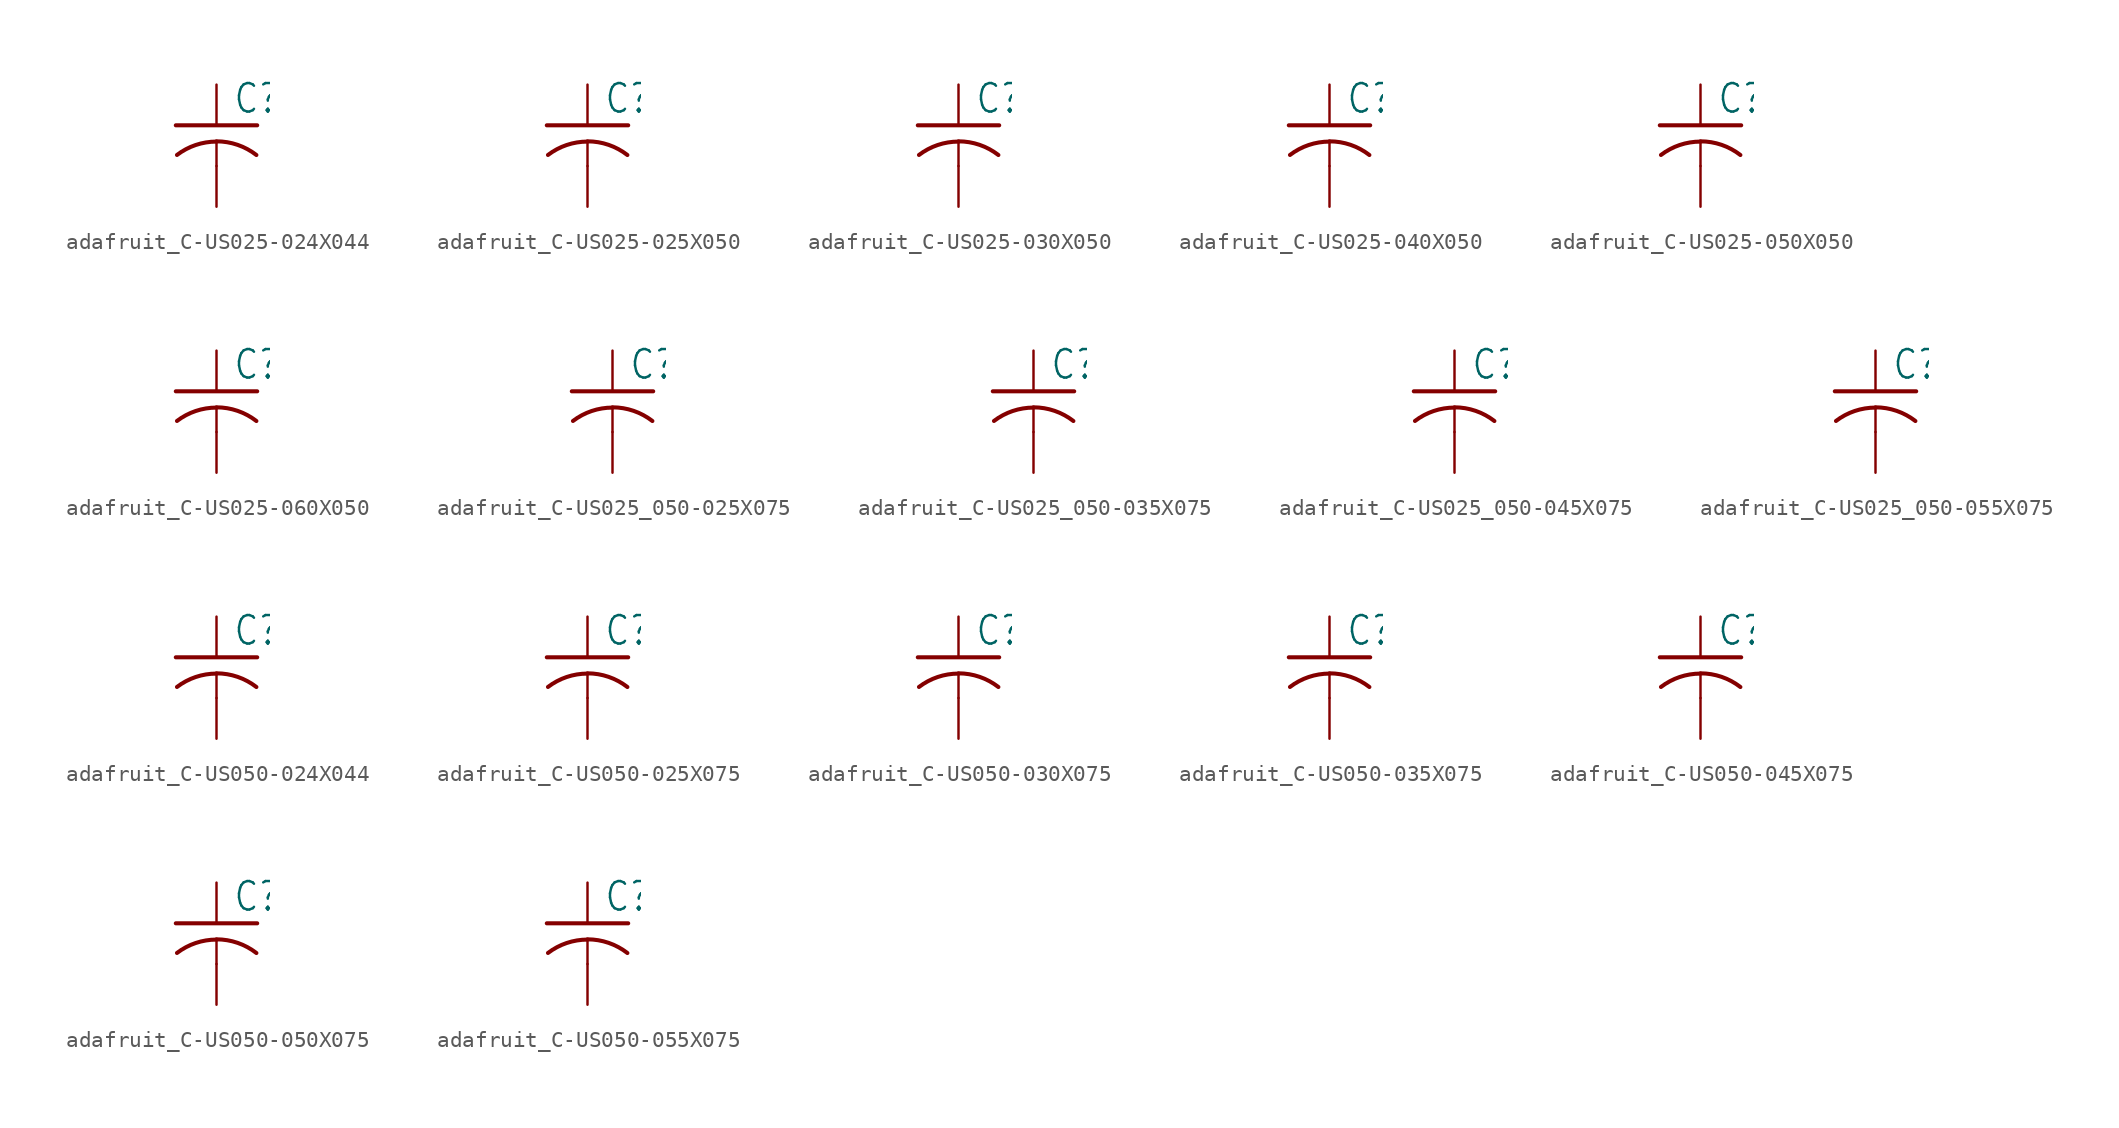
<source format=kicad_sym>
(kicad_symbol_lib
  (version 20220914)
  (generator kicad_symbol_editor)
  (symbol "adafruit_C-US025-024X044"
    (property "Reference" "C"
      (at 1.016 0.635 0)
      (effects (font (size 1.778 1.511)) (justify left bottom)))
    (property "Value" ""
      (at 1.016 -4.191 0)
      (effects (font (size 1.778 1.511)) (justify left bottom)))
    (property "ki_locked" ""
      (at 0 0 0)
      (effects (font (size 1.27 1.27))))
    (symbol "adafruit_C-US025-024X044_1_0"
      (arc (start 0 -1.0161) (mid -1.302 -1.2303) (end -2.4668 -1.8504) (stroke (width 0.254) (type solid)) (fill (type none)))
      (polyline (pts (xy -2.54 0) (xy 2.54 0)) (stroke (width 0.254) (type solid)) (fill (type none)))
      (polyline (pts (xy 0 -1.016) (xy 0 -2.54)) (stroke (width 0.152) (type solid)) (fill (type none)))
      (arc (start 2.4892 -1.8541) (mid 1.3158 -1.2194) (end 0 -1) (stroke (width 0.254) (type solid)) (fill (type none)))
      (pin passive line (at 0 2.54 270) (length 2.54) (name "1" (effects (font (size 0 0)))) (number "1" (effects (font (size 0 0)))))
      (pin passive line (at 0 -5.08 90) (length 2.54) (name "2" (effects (font (size 0 0)))) (number "2" (effects (font (size 0 0)))))))
  (symbol "adafruit_C-US025-025X050"
    (property "Reference" "C"
      (at 1.016 0.635 0)
      (effects (font (size 1.778 1.511)) (justify left bottom)))
    (property "Value" ""
      (at 1.016 -4.191 0)
      (effects (font (size 1.778 1.511)) (justify left bottom)))
    (property "ki_locked" ""
      (at 0 0 0)
      (effects (font (size 1.27 1.27))))
    (symbol "adafruit_C-US025-025X050_1_0"
      (arc (start 0 -1.0161) (mid -1.302 -1.2303) (end -2.4668 -1.8504) (stroke (width 0.254) (type solid)) (fill (type none)))
      (polyline (pts (xy -2.54 0) (xy 2.54 0)) (stroke (width 0.254) (type solid)) (fill (type none)))
      (polyline (pts (xy 0 -1.016) (xy 0 -2.54)) (stroke (width 0.152) (type solid)) (fill (type none)))
      (arc (start 2.4892 -1.8541) (mid 1.3158 -1.2194) (end 0 -1) (stroke (width 0.254) (type solid)) (fill (type none)))
      (pin passive line (at 0 2.54 270) (length 2.54) (name "1" (effects (font (size 0 0)))) (number "1" (effects (font (size 0 0)))))
      (pin passive line (at 0 -5.08 90) (length 2.54) (name "2" (effects (font (size 0 0)))) (number "2" (effects (font (size 0 0)))))))
  (symbol "adafruit_C-US025-030X050"
    (property "Reference" "C"
      (at 1.016 0.635 0)
      (effects (font (size 1.778 1.511)) (justify left bottom)))
    (property "Value" ""
      (at 1.016 -4.191 0)
      (effects (font (size 1.778 1.511)) (justify left bottom)))
    (property "ki_locked" ""
      (at 0 0 0)
      (effects (font (size 1.27 1.27))))
    (symbol "adafruit_C-US025-030X050_1_0"
      (arc (start 0 -1.0161) (mid -1.302 -1.2303) (end -2.4668 -1.8504) (stroke (width 0.254) (type solid)) (fill (type none)))
      (polyline (pts (xy -2.54 0) (xy 2.54 0)) (stroke (width 0.254) (type solid)) (fill (type none)))
      (polyline (pts (xy 0 -1.016) (xy 0 -2.54)) (stroke (width 0.152) (type solid)) (fill (type none)))
      (arc (start 2.4892 -1.8541) (mid 1.3158 -1.2194) (end 0 -1) (stroke (width 0.254) (type solid)) (fill (type none)))
      (pin passive line (at 0 2.54 270) (length 2.54) (name "1" (effects (font (size 0 0)))) (number "1" (effects (font (size 0 0)))))
      (pin passive line (at 0 -5.08 90) (length 2.54) (name "2" (effects (font (size 0 0)))) (number "2" (effects (font (size 0 0)))))))
  (symbol "adafruit_C-US025-040X050"
    (property "Reference" "C"
      (at 1.016 0.635 0)
      (effects (font (size 1.778 1.511)) (justify left bottom)))
    (property "Value" ""
      (at 1.016 -4.191 0)
      (effects (font (size 1.778 1.511)) (justify left bottom)))
    (property "ki_locked" ""
      (at 0 0 0)
      (effects (font (size 1.27 1.27))))
    (symbol "adafruit_C-US025-040X050_1_0"
      (arc (start 0 -1.0161) (mid -1.302 -1.2303) (end -2.4668 -1.8504) (stroke (width 0.254) (type solid)) (fill (type none)))
      (polyline (pts (xy -2.54 0) (xy 2.54 0)) (stroke (width 0.254) (type solid)) (fill (type none)))
      (polyline (pts (xy 0 -1.016) (xy 0 -2.54)) (stroke (width 0.152) (type solid)) (fill (type none)))
      (arc (start 2.4892 -1.8541) (mid 1.3158 -1.2194) (end 0 -1) (stroke (width 0.254) (type solid)) (fill (type none)))
      (pin passive line (at 0 2.54 270) (length 2.54) (name "1" (effects (font (size 0 0)))) (number "1" (effects (font (size 0 0)))))
      (pin passive line (at 0 -5.08 90) (length 2.54) (name "2" (effects (font (size 0 0)))) (number "2" (effects (font (size 0 0)))))))
  (symbol "adafruit_C-US025-050X050"
    (property "Reference" "C"
      (at 1.016 0.635 0)
      (effects (font (size 1.778 1.511)) (justify left bottom)))
    (property "Value" ""
      (at 1.016 -4.191 0)
      (effects (font (size 1.778 1.511)) (justify left bottom)))
    (property "ki_locked" ""
      (at 0 0 0)
      (effects (font (size 1.27 1.27))))
    (symbol "adafruit_C-US025-050X050_1_0"
      (arc (start 0 -1.0161) (mid -1.302 -1.2303) (end -2.4668 -1.8504) (stroke (width 0.254) (type solid)) (fill (type none)))
      (polyline (pts (xy -2.54 0) (xy 2.54 0)) (stroke (width 0.254) (type solid)) (fill (type none)))
      (polyline (pts (xy 0 -1.016) (xy 0 -2.54)) (stroke (width 0.152) (type solid)) (fill (type none)))
      (arc (start 2.4892 -1.8541) (mid 1.3158 -1.2194) (end 0 -1) (stroke (width 0.254) (type solid)) (fill (type none)))
      (pin passive line (at 0 2.54 270) (length 2.54) (name "1" (effects (font (size 0 0)))) (number "1" (effects (font (size 0 0)))))
      (pin passive line (at 0 -5.08 90) (length 2.54) (name "2" (effects (font (size 0 0)))) (number "2" (effects (font (size 0 0)))))))
  (symbol "adafruit_C-US025-060X050"
    (property "Reference" "C"
      (at 1.016 0.635 0)
      (effects (font (size 1.778 1.511)) (justify left bottom)))
    (property "Value" ""
      (at 1.016 -4.191 0)
      (effects (font (size 1.778 1.511)) (justify left bottom)))
    (property "ki_locked" ""
      (at 0 0 0)
      (effects (font (size 1.27 1.27))))
    (symbol "adafruit_C-US025-060X050_1_0"
      (arc (start 0 -1.0161) (mid -1.302 -1.2303) (end -2.4668 -1.8504) (stroke (width 0.254) (type solid)) (fill (type none)))
      (polyline (pts (xy -2.54 0) (xy 2.54 0)) (stroke (width 0.254) (type solid)) (fill (type none)))
      (polyline (pts (xy 0 -1.016) (xy 0 -2.54)) (stroke (width 0.152) (type solid)) (fill (type none)))
      (arc (start 2.4892 -1.8541) (mid 1.3158 -1.2194) (end 0 -1) (stroke (width 0.254) (type solid)) (fill (type none)))
      (pin passive line (at 0 2.54 270) (length 2.54) (name "1" (effects (font (size 0 0)))) (number "1" (effects (font (size 0 0)))))
      (pin passive line (at 0 -5.08 90) (length 2.54) (name "2" (effects (font (size 0 0)))) (number "2" (effects (font (size 0 0)))))))
  (symbol "adafruit_C-US025_050-025X075"
    (property "Reference" "C"
      (at 1.016 0.635 0)
      (effects (font (size 1.778 1.511)) (justify left bottom)))
    (property "Value" ""
      (at 1.016 -4.191 0)
      (effects (font (size 1.778 1.511)) (justify left bottom)))
    (property "ki_locked" ""
      (at 0 0 0)
      (effects (font (size 1.27 1.27))))
    (symbol "adafruit_C-US025_050-025X075_1_0"
      (arc (start 0 -1.0161) (mid -1.302 -1.2303) (end -2.4668 -1.8504) (stroke (width 0.254) (type solid)) (fill (type none)))
      (polyline (pts (xy -2.54 0) (xy 2.54 0)) (stroke (width 0.254) (type solid)) (fill (type none)))
      (polyline (pts (xy 0 -1.016) (xy 0 -2.54)) (stroke (width 0.152) (type solid)) (fill (type none)))
      (arc (start 2.4892 -1.8541) (mid 1.3158 -1.2194) (end 0 -1) (stroke (width 0.254) (type solid)) (fill (type none)))
      (pin passive line (at 0 2.54 270) (length 2.54) (name "1" (effects (font (size 0 0)))) (number "1" (effects (font (size 0 0)))))
      (pin passive line (at 0 -5.08 90) (length 2.54) (name "2" (effects (font (size 0 0)))) (number "2" (effects (font (size 0 0)))))))
  (symbol "adafruit_C-US025_050-035X075"
    (property "Reference" "C"
      (at 1.016 0.635 0)
      (effects (font (size 1.778 1.511)) (justify left bottom)))
    (property "Value" ""
      (at 1.016 -4.191 0)
      (effects (font (size 1.778 1.511)) (justify left bottom)))
    (property "ki_locked" ""
      (at 0 0 0)
      (effects (font (size 1.27 1.27))))
    (symbol "adafruit_C-US025_050-035X075_1_0"
      (arc (start 0 -1.0161) (mid -1.302 -1.2303) (end -2.4668 -1.8504) (stroke (width 0.254) (type solid)) (fill (type none)))
      (polyline (pts (xy -2.54 0) (xy 2.54 0)) (stroke (width 0.254) (type solid)) (fill (type none)))
      (polyline (pts (xy 0 -1.016) (xy 0 -2.54)) (stroke (width 0.152) (type solid)) (fill (type none)))
      (arc (start 2.4892 -1.8541) (mid 1.3158 -1.2194) (end 0 -1) (stroke (width 0.254) (type solid)) (fill (type none)))
      (pin passive line (at 0 2.54 270) (length 2.54) (name "1" (effects (font (size 0 0)))) (number "1" (effects (font (size 0 0)))))
      (pin passive line (at 0 -5.08 90) (length 2.54) (name "2" (effects (font (size 0 0)))) (number "2" (effects (font (size 0 0)))))))
  (symbol "adafruit_C-US025_050-045X075"
    (property "Reference" "C"
      (at 1.016 0.635 0)
      (effects (font (size 1.778 1.511)) (justify left bottom)))
    (property "Value" ""
      (at 1.016 -4.191 0)
      (effects (font (size 1.778 1.511)) (justify left bottom)))
    (property "ki_locked" ""
      (at 0 0 0)
      (effects (font (size 1.27 1.27))))
    (symbol "adafruit_C-US025_050-045X075_1_0"
      (arc (start 0 -1.0161) (mid -1.302 -1.2303) (end -2.4668 -1.8504) (stroke (width 0.254) (type solid)) (fill (type none)))
      (polyline (pts (xy -2.54 0) (xy 2.54 0)) (stroke (width 0.254) (type solid)) (fill (type none)))
      (polyline (pts (xy 0 -1.016) (xy 0 -2.54)) (stroke (width 0.152) (type solid)) (fill (type none)))
      (arc (start 2.4892 -1.8541) (mid 1.3158 -1.2194) (end 0 -1) (stroke (width 0.254) (type solid)) (fill (type none)))
      (pin passive line (at 0 2.54 270) (length 2.54) (name "1" (effects (font (size 0 0)))) (number "1" (effects (font (size 0 0)))))
      (pin passive line (at 0 -5.08 90) (length 2.54) (name "2" (effects (font (size 0 0)))) (number "2" (effects (font (size 0 0)))))))
  (symbol "adafruit_C-US025_050-055X075"
    (property "Reference" "C"
      (at 1.016 0.635 0)
      (effects (font (size 1.778 1.511)) (justify left bottom)))
    (property "Value" ""
      (at 1.016 -4.191 0)
      (effects (font (size 1.778 1.511)) (justify left bottom)))
    (property "ki_locked" ""
      (at 0 0 0)
      (effects (font (size 1.27 1.27))))
    (symbol "adafruit_C-US025_050-055X075_1_0"
      (arc (start 0 -1.0161) (mid -1.302 -1.2303) (end -2.4668 -1.8504) (stroke (width 0.254) (type solid)) (fill (type none)))
      (polyline (pts (xy -2.54 0) (xy 2.54 0)) (stroke (width 0.254) (type solid)) (fill (type none)))
      (polyline (pts (xy 0 -1.016) (xy 0 -2.54)) (stroke (width 0.152) (type solid)) (fill (type none)))
      (arc (start 2.4892 -1.8541) (mid 1.3158 -1.2194) (end 0 -1) (stroke (width 0.254) (type solid)) (fill (type none)))
      (pin passive line (at 0 2.54 270) (length 2.54) (name "1" (effects (font (size 0 0)))) (number "1" (effects (font (size 0 0)))))
      (pin passive line (at 0 -5.08 90) (length 2.54) (name "2" (effects (font (size 0 0)))) (number "2" (effects (font (size 0 0)))))))
  (symbol "adafruit_C-US050-024X044"
    (property "Reference" "C"
      (at 1.016 0.635 0)
      (effects (font (size 1.778 1.511)) (justify left bottom)))
    (property "Value" ""
      (at 1.016 -4.191 0)
      (effects (font (size 1.778 1.511)) (justify left bottom)))
    (property "ki_locked" ""
      (at 0 0 0)
      (effects (font (size 1.27 1.27))))
    (symbol "adafruit_C-US050-024X044_1_0"
      (arc (start 0 -1.0161) (mid -1.302 -1.2303) (end -2.4668 -1.8504) (stroke (width 0.254) (type solid)) (fill (type none)))
      (polyline (pts (xy -2.54 0) (xy 2.54 0)) (stroke (width 0.254) (type solid)) (fill (type none)))
      (polyline (pts (xy 0 -1.016) (xy 0 -2.54)) (stroke (width 0.152) (type solid)) (fill (type none)))
      (arc (start 2.4892 -1.8541) (mid 1.3158 -1.2194) (end 0 -1) (stroke (width 0.254) (type solid)) (fill (type none)))
      (pin passive line (at 0 2.54 270) (length 2.54) (name "1" (effects (font (size 0 0)))) (number "1" (effects (font (size 0 0)))))
      (pin passive line (at 0 -5.08 90) (length 2.54) (name "2" (effects (font (size 0 0)))) (number "2" (effects (font (size 0 0)))))))
  (symbol "adafruit_C-US050-025X075"
    (property "Reference" "C"
      (at 1.016 0.635 0)
      (effects (font (size 1.778 1.511)) (justify left bottom)))
    (property "Value" ""
      (at 1.016 -4.191 0)
      (effects (font (size 1.778 1.511)) (justify left bottom)))
    (property "ki_locked" ""
      (at 0 0 0)
      (effects (font (size 1.27 1.27))))
    (symbol "adafruit_C-US050-025X075_1_0"
      (arc (start 0 -1.0161) (mid -1.302 -1.2303) (end -2.4668 -1.8504) (stroke (width 0.254) (type solid)) (fill (type none)))
      (polyline (pts (xy -2.54 0) (xy 2.54 0)) (stroke (width 0.254) (type solid)) (fill (type none)))
      (polyline (pts (xy 0 -1.016) (xy 0 -2.54)) (stroke (width 0.152) (type solid)) (fill (type none)))
      (arc (start 2.4892 -1.8541) (mid 1.3158 -1.2194) (end 0 -1) (stroke (width 0.254) (type solid)) (fill (type none)))
      (pin passive line (at 0 2.54 270) (length 2.54) (name "1" (effects (font (size 0 0)))) (number "1" (effects (font (size 0 0)))))
      (pin passive line (at 0 -5.08 90) (length 2.54) (name "2" (effects (font (size 0 0)))) (number "2" (effects (font (size 0 0)))))))
  (symbol "adafruit_C-US050-030X075"
    (property "Reference" "C"
      (at 1.016 0.635 0)
      (effects (font (size 1.778 1.511)) (justify left bottom)))
    (property "Value" ""
      (at 1.016 -4.191 0)
      (effects (font (size 1.778 1.511)) (justify left bottom)))
    (property "ki_locked" ""
      (at 0 0 0)
      (effects (font (size 1.27 1.27))))
    (symbol "adafruit_C-US050-030X075_1_0"
      (arc (start 0 -1.0161) (mid -1.302 -1.2303) (end -2.4668 -1.8504) (stroke (width 0.254) (type solid)) (fill (type none)))
      (polyline (pts (xy -2.54 0) (xy 2.54 0)) (stroke (width 0.254) (type solid)) (fill (type none)))
      (polyline (pts (xy 0 -1.016) (xy 0 -2.54)) (stroke (width 0.152) (type solid)) (fill (type none)))
      (arc (start 2.4892 -1.8541) (mid 1.3158 -1.2194) (end 0 -1) (stroke (width 0.254) (type solid)) (fill (type none)))
      (pin passive line (at 0 2.54 270) (length 2.54) (name "1" (effects (font (size 0 0)))) (number "1" (effects (font (size 0 0)))))
      (pin passive line (at 0 -5.08 90) (length 2.54) (name "2" (effects (font (size 0 0)))) (number "2" (effects (font (size 0 0)))))))
  (symbol "adafruit_C-US050-035X075"
    (property "Reference" "C"
      (at 1.016 0.635 0)
      (effects (font (size 1.778 1.511)) (justify left bottom)))
    (property "Value" ""
      (at 1.016 -4.191 0)
      (effects (font (size 1.778 1.511)) (justify left bottom)))
    (property "ki_locked" ""
      (at 0 0 0)
      (effects (font (size 1.27 1.27))))
    (symbol "adafruit_C-US050-035X075_1_0"
      (arc (start 0 -1.0161) (mid -1.302 -1.2303) (end -2.4668 -1.8504) (stroke (width 0.254) (type solid)) (fill (type none)))
      (polyline (pts (xy -2.54 0) (xy 2.54 0)) (stroke (width 0.254) (type solid)) (fill (type none)))
      (polyline (pts (xy 0 -1.016) (xy 0 -2.54)) (stroke (width 0.152) (type solid)) (fill (type none)))
      (arc (start 2.4892 -1.8541) (mid 1.3158 -1.2194) (end 0 -1) (stroke (width 0.254) (type solid)) (fill (type none)))
      (pin passive line (at 0 2.54 270) (length 2.54) (name "1" (effects (font (size 0 0)))) (number "1" (effects (font (size 0 0)))))
      (pin passive line (at 0 -5.08 90) (length 2.54) (name "2" (effects (font (size 0 0)))) (number "2" (effects (font (size 0 0)))))))
  (symbol "adafruit_C-US050-045X075"
    (property "Reference" "C"
      (at 1.016 0.635 0)
      (effects (font (size 1.778 1.511)) (justify left bottom)))
    (property "Value" ""
      (at 1.016 -4.191 0)
      (effects (font (size 1.778 1.511)) (justify left bottom)))
    (property "ki_locked" ""
      (at 0 0 0)
      (effects (font (size 1.27 1.27))))
    (symbol "adafruit_C-US050-045X075_1_0"
      (arc (start 0 -1.0161) (mid -1.302 -1.2303) (end -2.4668 -1.8504) (stroke (width 0.254) (type solid)) (fill (type none)))
      (polyline (pts (xy -2.54 0) (xy 2.54 0)) (stroke (width 0.254) (type solid)) (fill (type none)))
      (polyline (pts (xy 0 -1.016) (xy 0 -2.54)) (stroke (width 0.152) (type solid)) (fill (type none)))
      (arc (start 2.4892 -1.8541) (mid 1.3158 -1.2194) (end 0 -1) (stroke (width 0.254) (type solid)) (fill (type none)))
      (pin passive line (at 0 2.54 270) (length 2.54) (name "1" (effects (font (size 0 0)))) (number "1" (effects (font (size 0 0)))))
      (pin passive line (at 0 -5.08 90) (length 2.54) (name "2" (effects (font (size 0 0)))) (number "2" (effects (font (size 0 0)))))))
  (symbol "adafruit_C-US050-050X075"
    (property "Reference" "C"
      (at 1.016 0.635 0)
      (effects (font (size 1.778 1.511)) (justify left bottom)))
    (property "Value" ""
      (at 1.016 -4.191 0)
      (effects (font (size 1.778 1.511)) (justify left bottom)))
    (property "ki_locked" ""
      (at 0 0 0)
      (effects (font (size 1.27 1.27))))
    (symbol "adafruit_C-US050-050X075_1_0"
      (arc (start 0 -1.0161) (mid -1.302 -1.2303) (end -2.4668 -1.8504) (stroke (width 0.254) (type solid)) (fill (type none)))
      (polyline (pts (xy -2.54 0) (xy 2.54 0)) (stroke (width 0.254) (type solid)) (fill (type none)))
      (polyline (pts (xy 0 -1.016) (xy 0 -2.54)) (stroke (width 0.152) (type solid)) (fill (type none)))
      (arc (start 2.4892 -1.8541) (mid 1.3158 -1.2194) (end 0 -1) (stroke (width 0.254) (type solid)) (fill (type none)))
      (pin passive line (at 0 2.54 270) (length 2.54) (name "1" (effects (font (size 0 0)))) (number "1" (effects (font (size 0 0)))))
      (pin passive line (at 0 -5.08 90) (length 2.54) (name "2" (effects (font (size 0 0)))) (number "2" (effects (font (size 0 0)))))))
  (symbol "adafruit_C-US050-055X075"
    (property "Reference" "C"
      (at 1.016 0.635 0)
      (effects (font (size 1.778 1.511)) (justify left bottom)))
    (property "Value" ""
      (at 1.016 -4.191 0)
      (effects (font (size 1.778 1.511)) (justify left bottom)))
    (property "ki_locked" ""
      (at 0 0 0)
      (effects (font (size 1.27 1.27))))
    (symbol "adafruit_C-US050-055X075_1_0"
      (arc (start 0 -1.0161) (mid -1.302 -1.2303) (end -2.4668 -1.8504) (stroke (width 0.254) (type solid)) (fill (type none)))
      (polyline (pts (xy -2.54 0) (xy 2.54 0)) (stroke (width 0.254) (type solid)) (fill (type none)))
      (polyline (pts (xy 0 -1.016) (xy 0 -2.54)) (stroke (width 0.152) (type solid)) (fill (type none)))
      (arc (start 2.4892 -1.8541) (mid 1.3158 -1.2194) (end 0 -1) (stroke (width 0.254) (type solid)) (fill (type none)))
      (pin passive line (at 0 2.54 270) (length 2.54) (name "1" (effects (font (size 0 0)))) (number "1" (effects (font (size 0 0)))))
      (pin passive line (at 0 -5.08 90) (length 2.54) (name "2" (effects (font (size 0 0)))) (number "2" (effects (font (size 0 0))))))))
</source>
